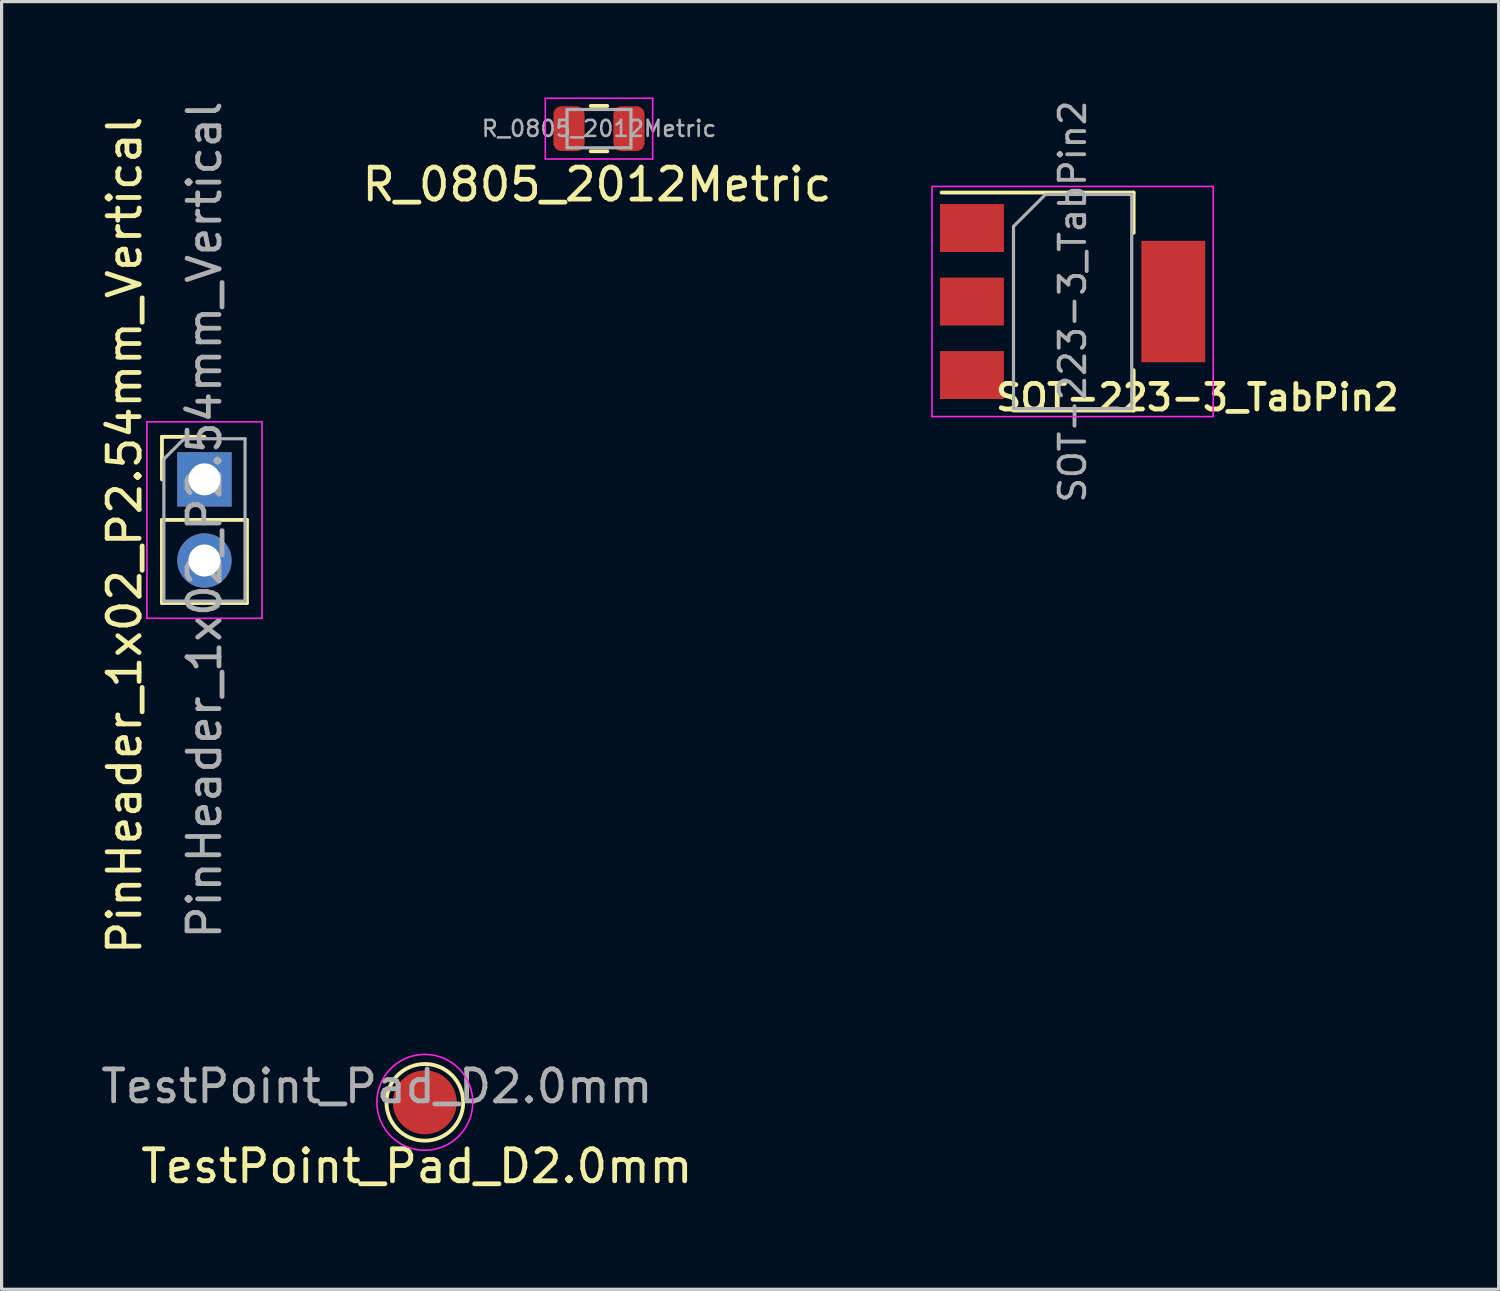
<source format=kicad_pcb>
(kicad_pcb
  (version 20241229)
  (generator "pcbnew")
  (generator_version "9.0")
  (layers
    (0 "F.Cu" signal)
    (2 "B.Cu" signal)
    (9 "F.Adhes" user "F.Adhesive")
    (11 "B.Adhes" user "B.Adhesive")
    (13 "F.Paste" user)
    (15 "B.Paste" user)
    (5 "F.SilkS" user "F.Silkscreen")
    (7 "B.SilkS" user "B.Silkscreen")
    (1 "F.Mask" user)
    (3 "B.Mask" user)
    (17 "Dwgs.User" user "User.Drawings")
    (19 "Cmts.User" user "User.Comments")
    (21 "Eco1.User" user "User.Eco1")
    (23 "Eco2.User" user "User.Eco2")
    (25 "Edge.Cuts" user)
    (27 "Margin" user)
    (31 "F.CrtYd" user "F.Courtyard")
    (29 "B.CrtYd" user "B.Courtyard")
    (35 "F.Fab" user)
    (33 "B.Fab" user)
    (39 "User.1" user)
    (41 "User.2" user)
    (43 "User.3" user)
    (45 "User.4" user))
  (footprint "TestPoint_Pad_D2.0mm"
    (layer "F.Cu")
    (at 10.244 31.445)
    (property "Reference" "TestPoint_Pad_D2.0mm" (at -0.25 2 180) (layer "F.SilkS") (effects (font (size 1 1) (thickness 0.15))))
    (attr exclude_from_pos_files exclude_from_bom)
    (fp_circle (center 0 0) (end 0 1.2) (stroke (width 0.12) (type solid)) (fill no) (layer "F.SilkS"))
    (fp_circle (center 0 0) (end 1.5 0) (stroke (width 0.05) (type solid)) (fill no) (layer "F.CrtYd"))
    (fp_text user "${REFERENCE}" (at -1.5 -0.5 180) (layer "F.Fab") (effects (font (size 1 1) (thickness 0.15))))
    (pad "1" smd circle (at 0 0) (size 2 2) (layers "F.Cu" "F.Mask")))
  (footprint "PinHeader_1x02_P2.54mm_Vertical"
    (layer "F.Cu")
    (at 3.348 11.95)
    (property "Reference" "PinHeader_1x02_P2.54mm_Vertical" (at -2.5 1.75 90) (layer "F.SilkS") (effects (font (size 1 1) (thickness 0.15))))
    (attr through_hole)
    (fp_line (start -1.33 -1.33) (end 0 -1.33) (stroke (width 0.12) (type solid)) (layer "F.SilkS"))
    (fp_line (start -1.33 0) (end -1.33 -1.33) (stroke (width 0.12) (type solid)) (layer "F.SilkS"))
    (fp_line (start -1.33 1.27) (end -1.33 3.87) (stroke (width 0.12) (type solid)) (layer "F.SilkS"))
    (fp_line (start -1.33 1.27) (end 1.33 1.27) (stroke (width 0.12) (type solid)) (layer "F.SilkS"))
    (fp_line (start -1.33 3.87) (end 1.33 3.87) (stroke (width 0.12) (type solid)) (layer "F.SilkS"))
    (fp_line (start 1.33 1.27) (end 1.33 3.87) (stroke (width 0.12) (type solid)) (layer "F.SilkS"))
    (fp_line (start -1.8 -1.8) (end -1.8 4.35) (stroke (width 0.05) (type solid)) (layer "F.CrtYd"))
    (fp_line (start -1.8 4.35) (end 1.8 4.35) (stroke (width 0.05) (type solid)) (layer "F.CrtYd"))
    (fp_line (start 1.8 -1.8) (end -1.8 -1.8) (stroke (width 0.05) (type solid)) (layer "F.CrtYd"))
    (fp_line (start 1.8 4.35) (end 1.8 -1.8) (stroke (width 0.05) (type solid)) (layer "F.CrtYd"))
    (fp_line (start -1.27 -0.635) (end -0.635 -1.27) (stroke (width 0.1) (type solid)) (layer "F.Fab"))
    (fp_line (start -1.27 3.81) (end -1.27 -0.635) (stroke (width 0.1) (type solid)) (layer "F.Fab"))
    (fp_line (start -0.635 -1.27) (end 1.27 -1.27) (stroke (width 0.1) (type solid)) (layer "F.Fab"))
    (fp_line (start 1.27 -1.27) (end 1.27 3.81) (stroke (width 0.1) (type solid)) (layer "F.Fab"))
    (fp_line (start 1.27 3.81) (end -1.27 3.81) (stroke (width 0.1) (type solid)) (layer "F.Fab"))
    (fp_text user "${REFERENCE}" (at 0 1.27 90) (layer "F.Fab") (effects (font (size 1 1) (thickness 0.15))))
    (pad "1" thru_hole rect (at 0 0) (size 1.7 1.7) (drill 1) (layers "*.Cu" "*.Mask"))
    (pad "2" thru_hole oval (at 0 2.54) (size 1.7 1.7) (drill 1) (layers "*.Cu" "*.Mask")))
  (footprint "R_0805_2012Metric"
    (layer "F.Cu")
    (at 15.694 0.975)
    (property "Reference" "R_0805_2012Metric" (at -0.062 1.75 0) (layer "F.SilkS") (effects (font (size 1 1) (thickness 0.15))))
    (attr smd)
    (fp_line (start -0.259 -0.71) (end 0.259 -0.71) (stroke (width 0.12) (type solid)) (layer "F.SilkS"))
    (fp_line (start -0.259 0.71) (end 0.259 0.71) (stroke (width 0.12) (type solid)) (layer "F.SilkS"))
    (fp_line (start -1.68 -0.95) (end 1.68 -0.95) (stroke (width 0.05) (type solid)) (layer "F.CrtYd"))
    (fp_line (start -1.68 0.95) (end -1.68 -0.95) (stroke (width 0.05) (type solid)) (layer "F.CrtYd"))
    (fp_line (start 1.68 -0.95) (end 1.68 0.95) (stroke (width 0.05) (type solid)) (layer "F.CrtYd"))
    (fp_line (start 1.68 0.95) (end -1.68 0.95) (stroke (width 0.05) (type solid)) (layer "F.CrtYd"))
    (fp_line (start -1 -0.6) (end 1 -0.6) (stroke (width 0.1) (type solid)) (layer "F.Fab"))
    (fp_line (start -1 0.6) (end -1 -0.6) (stroke (width 0.1) (type solid)) (layer "F.Fab"))
    (fp_line (start 1 -0.6) (end 1 0.6) (stroke (width 0.1) (type solid)) (layer "F.Fab"))
    (fp_line (start 1 0.6) (end -1 0.6) (stroke (width 0.1) (type solid)) (layer "F.Fab"))
    (fp_text user "${REFERENCE}" (at 0 0 0) (layer "F.Fab") (effects (font (size 0.5 0.5) (thickness 0.08))))
    (pad "1" smd roundrect (at -0.938 0) (size 0.975 1.4) (layers "F.Cu" "F.Mask" "F.Paste") (roundrect_rratio 0.25))
    (pad "2" smd roundrect (at 0.938 0) (size 0.975 1.4) (layers "F.Cu" "F.Mask" "F.Paste") (roundrect_rratio 0.25)))
  (footprint "SOT-223-3_TabPin2"
    (layer "F.Cu")
    (at 30.515 6.386)
    (property "Reference" "SOT-223-3_TabPin2" (at 3.9 3 180) (layer "F.SilkS") (effects (font (size 0.8 0.8) (thickness 0.15))))
    (attr smd)
    (fp_line (start -4.1 -3.41) (end 1.91 -3.41) (stroke (width 0.12) (type solid)) (layer "F.SilkS"))
    (fp_line (start -1.85 3.41) (end 1.91 3.41) (stroke (width 0.12) (type solid)) (layer "F.SilkS"))
    (fp_line (start 1.91 -3.41) (end 1.91 -2.15) (stroke (width 0.12) (type solid)) (layer "F.SilkS"))
    (fp_line (start 1.91 3.41) (end 1.91 2.15) (stroke (width 0.12) (type solid)) (layer "F.SilkS"))
    (fp_line (start -4.4 -3.6) (end -4.4 3.6) (stroke (width 0.05) (type solid)) (layer "F.CrtYd"))
    (fp_line (start -4.4 3.6) (end 4.4 3.6) (stroke (width 0.05) (type solid)) (layer "F.CrtYd"))
    (fp_line (start 4.4 -3.6) (end -4.4 -3.6) (stroke (width 0.05) (type solid)) (layer "F.CrtYd"))
    (fp_line (start 4.4 3.6) (end 4.4 -3.6) (stroke (width 0.05) (type solid)) (layer "F.CrtYd"))
    (fp_line (start -1.85 -2.35) (end -1.85 3.35) (stroke (width 0.1) (type solid)) (layer "F.Fab"))
    (fp_line (start -1.85 -2.35) (end -0.85 -3.35) (stroke (width 0.1) (type solid)) (layer "F.Fab"))
    (fp_line (start -1.85 3.35) (end 1.85 3.35) (stroke (width 0.1) (type solid)) (layer "F.Fab"))
    (fp_line (start -0.85 -3.35) (end 1.85 -3.35) (stroke (width 0.1) (type solid)) (layer "F.Fab"))
    (fp_line (start 1.85 -3.35) (end 1.85 3.35) (stroke (width 0.1) (type solid)) (layer "F.Fab"))
    (fp_text user "${REFERENCE}" (at 0 0 270) (layer "F.Fab") (effects (font (size 0.8 0.8) (thickness 0.12))))
    (pad "1" smd rect (at -3.15 -2.3) (size 2 1.5) (layers "F.Cu" "F.Mask" "F.Paste"))
    (pad "2" smd rect (at -3.15 0) (size 2 1.5) (layers "F.Cu" "F.Mask" "F.Paste"))
    (pad "2" smd rect (at 3.15 0) (size 2 3.8) (layers "F.Cu" "F.Mask" "F.Paste"))
    (pad "3" smd rect (at -3.15 2.3) (size 2 1.5) (layers "F.Cu" "F.Mask" "F.Paste")))
  (gr_rect
    (start -3 -3)
    (end 43.846 37.294)
    (stroke (width 0.1) (type default))
    (fill no)
    (layer "Edge.Cuts")))
</source>
